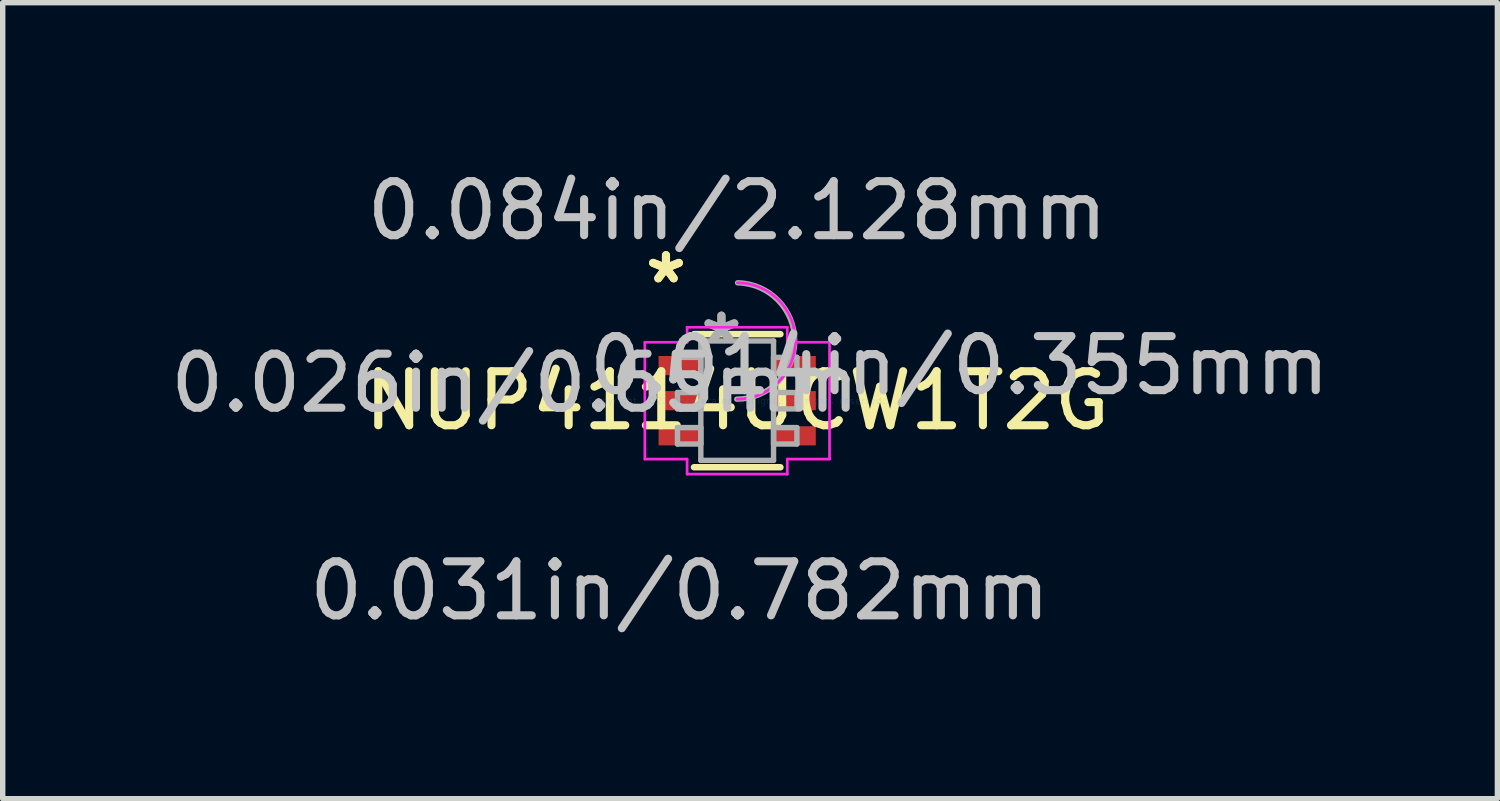
<source format=kicad_pcb>
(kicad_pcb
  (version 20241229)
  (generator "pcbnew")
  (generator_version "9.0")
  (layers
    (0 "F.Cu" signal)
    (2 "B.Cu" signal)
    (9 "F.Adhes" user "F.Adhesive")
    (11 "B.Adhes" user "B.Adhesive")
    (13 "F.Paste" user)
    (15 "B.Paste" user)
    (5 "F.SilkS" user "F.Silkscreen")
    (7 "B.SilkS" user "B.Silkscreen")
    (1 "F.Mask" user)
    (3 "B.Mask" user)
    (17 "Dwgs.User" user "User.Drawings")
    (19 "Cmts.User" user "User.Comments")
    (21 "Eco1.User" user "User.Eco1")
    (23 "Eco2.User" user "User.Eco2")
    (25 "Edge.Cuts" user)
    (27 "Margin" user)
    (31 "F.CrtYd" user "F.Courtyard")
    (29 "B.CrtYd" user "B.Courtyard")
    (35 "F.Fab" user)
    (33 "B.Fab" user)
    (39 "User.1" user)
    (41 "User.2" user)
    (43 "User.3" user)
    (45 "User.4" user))
  (footprint "NUP4114UCW1T2G"
    (layer "F.Cu")
    (at 10.594 4.366)
    (property "Reference" "NUP4114UCW1T2G" (at 0 0 0) (layer "F.SilkS") (effects (font (size 1 1) (thickness 0.15))))
    (attr through_hole)
    (fp_line (start -0.8 1.232) (end 0.8 1.232) (stroke (width 0.12) (type solid)) (layer "F.SilkS"))
    (fp_line (start 0.8 -1.232) (end -0.8 -1.232) (stroke (width 0.12) (type solid)) (layer "F.SilkS"))
    (fp_line (start -1.709 -1.081) (end -0.927 -1.081) (stroke (width 0.05) (type solid)) (layer "F.CrtYd"))
    (fp_line (start -1.709 1.081) (end -1.709 -1.081) (stroke (width 0.05) (type solid)) (layer "F.CrtYd"))
    (fp_line (start -0.927 -1.359) (end 0.927 -1.359) (stroke (width 0.05) (type solid)) (layer "F.CrtYd"))
    (fp_line (start -0.927 -1.081) (end -0.927 -1.359) (stroke (width 0.05) (type solid)) (layer "F.CrtYd"))
    (fp_line (start -0.927 1.081) (end -1.709 1.081) (stroke (width 0.05) (type solid)) (layer "F.CrtYd"))
    (fp_line (start -0.927 1.359) (end -0.927 1.081) (stroke (width 0.05) (type solid)) (layer "F.CrtYd"))
    (fp_line (start 0.927 -1.359) (end 0.927 -1.081) (stroke (width 0.05) (type solid)) (layer "F.CrtYd"))
    (fp_line (start 0.927 -1.081) (end 1.709 -1.081) (stroke (width 0.05) (type solid)) (layer "F.CrtYd"))
    (fp_line (start 0.927 1.081) (end 0.927 1.359) (stroke (width 0.05) (type solid)) (layer "F.CrtYd"))
    (fp_line (start 0.927 1.359) (end -0.927 1.359) (stroke (width 0.05) (type solid)) (layer "F.CrtYd"))
    (fp_line (start 1.709 -1.081) (end 1.709 1.081) (stroke (width 0.05) (type solid)) (layer "F.CrtYd"))
    (fp_line (start 1.709 1.081) (end 0.927 1.081) (stroke (width 0.05) (type solid)) (layer "F.CrtYd"))
    (fp_arc (start 0.00285 -2.181736) (mid 1.076836 -1.10205) (end -0.00285 -0.028064) (stroke (width 0.05) (type solid)) (layer "F.CrtYd"))
    (fp_line (start -1.105 -0.802) (end -1.105 -0.498) (stroke (width 0.1) (type solid)) (layer "F.Fab"))
    (fp_line (start -1.105 -0.498) (end -0.673 -0.498) (stroke (width 0.1) (type solid)) (layer "F.Fab"))
    (fp_line (start -1.105 -0.152) (end -1.105 0.152) (stroke (width 0.1) (type solid)) (layer "F.Fab"))
    (fp_line (start -1.105 0.152) (end -0.673 0.152) (stroke (width 0.1) (type solid)) (layer "F.Fab"))
    (fp_line (start -1.105 0.498) (end -1.105 0.802) (stroke (width 0.1) (type solid)) (layer "F.Fab"))
    (fp_line (start -1.105 0.802) (end -0.673 0.802) (stroke (width 0.1) (type solid)) (layer "F.Fab"))
    (fp_line (start -0.673 -1.105) (end -0.673 1.105) (stroke (width 0.1) (type solid)) (layer "F.Fab"))
    (fp_line (start -0.673 -0.802) (end -1.105 -0.802) (stroke (width 0.1) (type solid)) (layer "F.Fab"))
    (fp_line (start -0.673 -0.498) (end -0.673 -0.802) (stroke (width 0.1) (type solid)) (layer "F.Fab"))
    (fp_line (start -0.673 -0.152) (end -1.105 -0.152) (stroke (width 0.1) (type solid)) (layer "F.Fab"))
    (fp_line (start -0.673 0.152) (end -0.673 -0.152) (stroke (width 0.1) (type solid)) (layer "F.Fab"))
    (fp_line (start -0.673 0.498) (end -1.105 0.498) (stroke (width 0.1) (type solid)) (layer "F.Fab"))
    (fp_line (start -0.673 0.802) (end -0.673 0.498) (stroke (width 0.1) (type solid)) (layer "F.Fab"))
    (fp_line (start -0.673 1.105) (end 0.673 1.105) (stroke (width 0.1) (type solid)) (layer "F.Fab"))
    (fp_line (start 0.673 -1.105) (end -0.673 -1.105) (stroke (width 0.1) (type solid)) (layer "F.Fab"))
    (fp_line (start 0.673 -0.802) (end 0.673 -0.498) (stroke (width 0.1) (type solid)) (layer "F.Fab"))
    (fp_line (start 0.673 -0.498) (end 1.105 -0.498) (stroke (width 0.1) (type solid)) (layer "F.Fab"))
    (fp_line (start 0.673 -0.152) (end 0.673 0.152) (stroke (width 0.1) (type solid)) (layer "F.Fab"))
    (fp_line (start 0.673 0.152) (end 1.105 0.152) (stroke (width 0.1) (type solid)) (layer "F.Fab"))
    (fp_line (start 0.673 0.498) (end 0.673 0.802) (stroke (width 0.1) (type solid)) (layer "F.Fab"))
    (fp_line (start 0.673 0.802) (end 1.105 0.802) (stroke (width 0.1) (type solid)) (layer "F.Fab"))
    (fp_line (start 0.673 1.105) (end 0.673 -1.105) (stroke (width 0.1) (type solid)) (layer "F.Fab"))
    (fp_line (start 1.105 -0.802) (end 0.673 -0.802) (stroke (width 0.1) (type solid)) (layer "F.Fab"))
    (fp_line (start 1.105 -0.498) (end 1.105 -0.802) (stroke (width 0.1) (type solid)) (layer "F.Fab"))
    (fp_line (start 1.105 -0.152) (end 0.673 -0.152) (stroke (width 0.1) (type solid)) (layer "F.Fab"))
    (fp_line (start 1.105 0.152) (end 1.105 -0.152) (stroke (width 0.1) (type solid)) (layer "F.Fab"))
    (fp_line (start 1.105 0.498) (end 0.673 0.498) (stroke (width 0.1) (type solid)) (layer "F.Fab"))
    (fp_line (start 1.105 0.802) (end 1.105 0.498) (stroke (width 0.1) (type solid)) (layer "F.Fab"))
    (fp_arc (start 0.007742 -2.181736) (mid 1.076836 -1.097158) (end -0.007742 -0.028064) (stroke (width 0.1) (type solid)) (layer "F.Fab"))
    (fp_text user "*" (at -1.318 -2.148 0) (layer "F.SilkS") (effects (font (size 1 1) (thickness 0.15))))
    (fp_text user "*" (at -1.318 -2.148 0) (layer "F.SilkS") (effects (font (size 1 1) (thickness 0.15))))
    (fp_text user "0.014in/0.355mm" (at 4.112 -0.65 0) (layer "Dwgs.User") (effects (font (size 1 1) (thickness 0.15))))
    (fp_text user "0.026in/0.65mm" (at -4.112 -0.325 0) (layer "Dwgs.User") (effects (font (size 1 1) (thickness 0.15))))
    (fp_text user "0.031in/0.782mm" (at -1.064 3.518 0) (layer "Dwgs.User") (effects (font (size 1 1) (thickness 0.15))))
    (fp_text user "0.084in/2.128mm" (at 0 -3.518 0) (layer "Dwgs.User") (effects (font (size 1 1) (thickness 0.15))))
    (fp_text user "Copyright 2021 Accelerated Designs. All rights reserved." (at 0 0 0) (layer "Cmts.User") (effects (font (size 0.127 0.127) (thickness 0.002))))
    (fp_text user "*" (at -0.292 -1.029 0) (layer "F.Fab") (effects (font (size 1 1) (thickness 0.15))))
    (fp_text user "*" (at -0.292 -1.029 0) (layer "F.Fab") (effects (font (size 1 1) (thickness 0.15))))
    (pad "1" smd rect (at -1.064 -0.65) (size 0.782 0.355) (layers "F.Cu" "F.Mask" "F.Paste"))
    (pad "2" smd rect (at -1.064 0) (size 0.782 0.355) (layers "F.Cu" "F.Mask" "F.Paste"))
    (pad "3" smd rect (at -1.064 0.65) (size 0.782 0.355) (layers "F.Cu" "F.Mask" "F.Paste"))
    (pad "4" smd rect (at 1.064 0.65) (size 0.782 0.355) (layers "F.Cu" "F.Mask" "F.Paste"))
    (pad "5" smd rect (at 1.064 0) (size 0.782 0.355) (layers "F.Cu" "F.Mask" "F.Paste"))
    (pad "6" smd rect (at 1.064 -0.65) (size 0.782 0.355) (layers "F.Cu" "F.Mask" "F.Paste")))
  (gr_rect
    (start -3 -3)
    (end 24.664 11.732)
    (stroke (width 0.1) (type default))
    (fill no)
    (layer "Edge.Cuts")))
</source>
